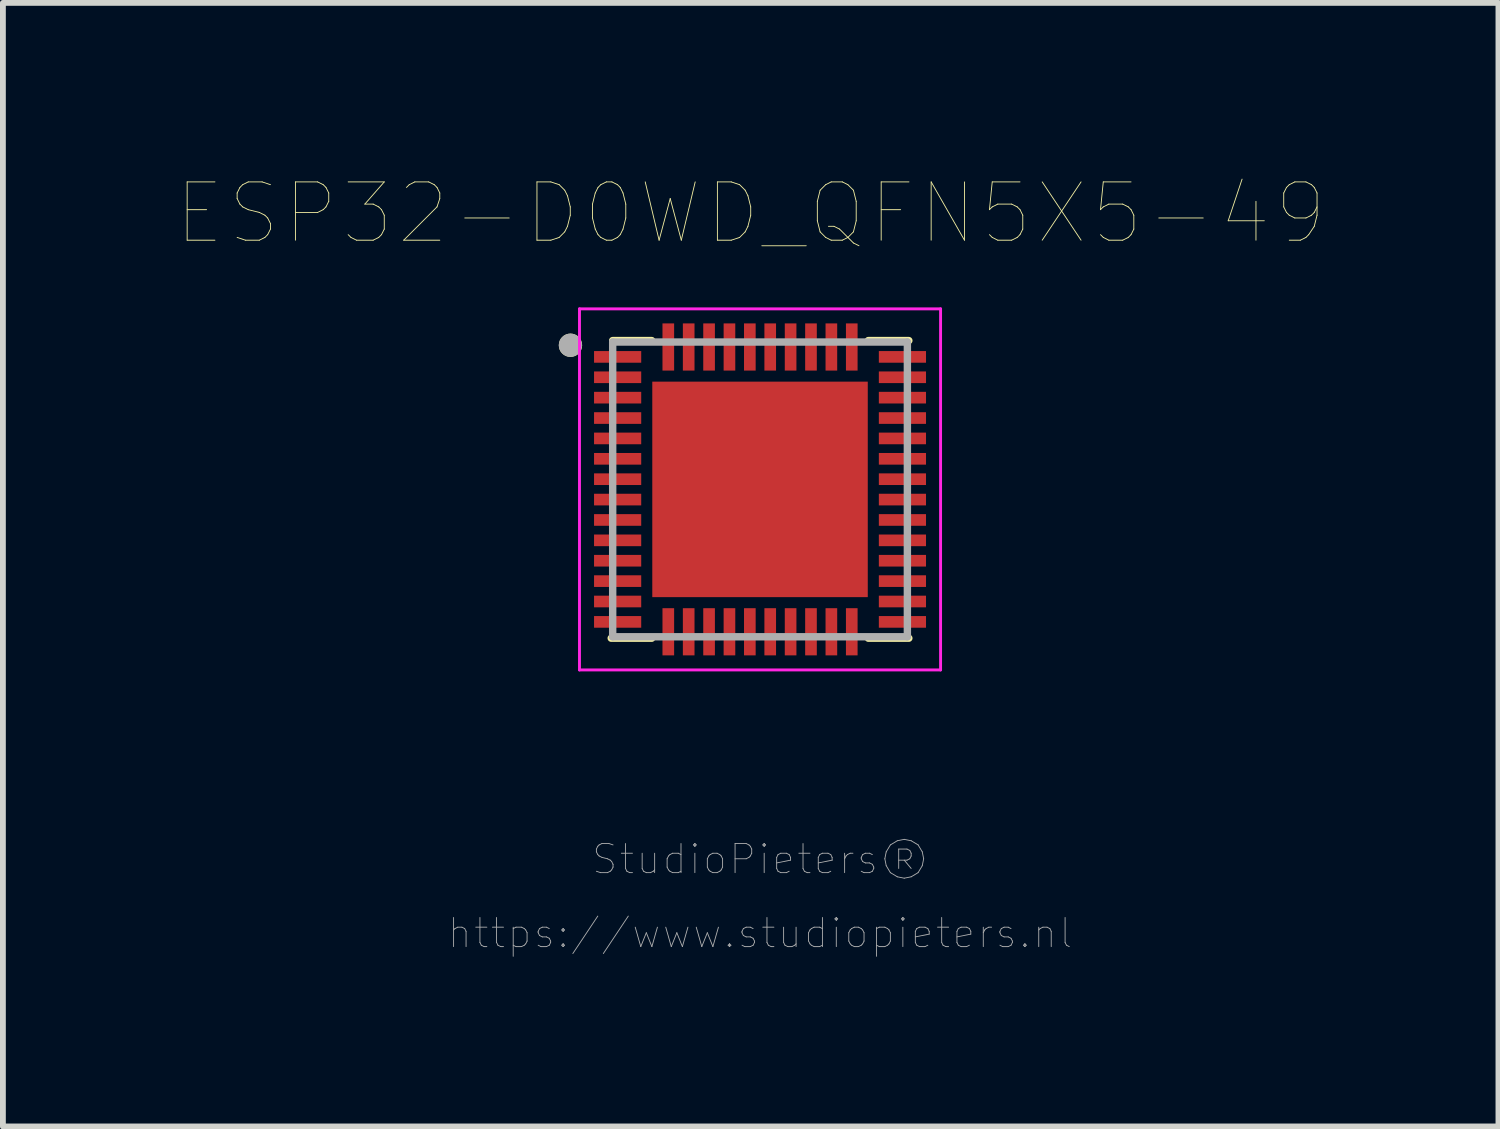
<source format=kicad_pcb>
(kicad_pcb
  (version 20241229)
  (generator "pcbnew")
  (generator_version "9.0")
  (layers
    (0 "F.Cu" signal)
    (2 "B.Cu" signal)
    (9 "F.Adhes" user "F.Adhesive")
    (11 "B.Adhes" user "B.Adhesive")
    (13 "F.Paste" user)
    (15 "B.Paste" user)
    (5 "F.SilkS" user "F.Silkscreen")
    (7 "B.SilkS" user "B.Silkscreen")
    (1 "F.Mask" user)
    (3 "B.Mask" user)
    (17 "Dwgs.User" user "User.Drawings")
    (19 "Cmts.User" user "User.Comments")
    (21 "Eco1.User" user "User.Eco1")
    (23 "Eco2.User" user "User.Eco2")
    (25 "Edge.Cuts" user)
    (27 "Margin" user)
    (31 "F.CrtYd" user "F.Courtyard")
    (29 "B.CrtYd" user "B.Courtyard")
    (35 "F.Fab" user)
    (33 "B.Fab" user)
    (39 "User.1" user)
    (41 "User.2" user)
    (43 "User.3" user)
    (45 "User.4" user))
  (footprint "ESP32-D0WD_QFN5X5-49"
    (layer "F.Cu")
    (at 10 5.353)
    (property "Reference" "ESP32-D0WD_QFN5X5-49" (at -0.16 -4.741 0) (layer "F.SilkS") (effects (font (size 1.001 1.001) (thickness 0.015))))
    (attr through_hole)
    (fp_line (start -2.555 2.555) (end -1.86 2.555) (stroke (width 0.127) (type solid)) (layer "F.SilkS"))
    (fp_line (start -2.53 -2.555) (end -1.86 -2.555) (stroke (width 0.127) (type solid)) (layer "F.SilkS"))
    (fp_line (start 2.555 -2.555) (end 1.86 -2.555) (stroke (width 0.127) (type solid)) (layer "F.SilkS"))
    (fp_line (start 2.555 2.555) (end 1.86 2.555) (stroke (width 0.127) (type solid)) (layer "F.SilkS"))
    (fp_circle (center -3.255 -2.475) (end -3.155 -2.475) (stroke (width 0.2) (type solid)) (fill no) (layer "F.SilkS"))
    (fp_poly (pts (xy -1.398 -1.395) (xy -0.225 -1.395) (xy -0.225 -0.225) (xy -1.398 -0.225)) (stroke (width 0.01) (type solid)) (fill yes) (layer "F.Paste"))
    (fp_poly (pts (xy -1.395 0.225) (xy -0.225 0.225) (xy -0.225 1.395) (xy -1.395 1.395)) (stroke (width 0.01) (type solid)) (fill yes) (layer "F.Paste"))
    (fp_poly (pts (xy 0.225 0.225) (xy 1.395 0.225) (xy 1.395 1.397) (xy 0.225 1.397)) (stroke (width 0.01) (type solid)) (fill yes) (layer "F.Paste"))
    (fp_poly (pts (xy 0.225 -1.395) (xy 1.395 -1.395) (xy 1.395 -0.225) (xy 0.225 -0.225)) (stroke (width 0.01) (type solid)) (fill yes) (layer "F.Paste"))
    (fp_line (start -3.1 -3.1) (end 3.1 -3.1) (stroke (width 0.05) (type solid)) (layer "F.CrtYd"))
    (fp_line (start -3.1 3.1) (end -3.1 -3.1) (stroke (width 0.05) (type solid)) (layer "F.CrtYd"))
    (fp_line (start -3.1 3.1) (end 3.1 3.1) (stroke (width 0.05) (type solid)) (layer "F.CrtYd"))
    (fp_line (start 3.1 3.1) (end 3.1 -3.1) (stroke (width 0.05) (type solid)) (layer "F.CrtYd"))
    (fp_line (start -2.53 2.53) (end -2.53 -2.53) (stroke (width 0.127) (type solid)) (layer "F.Fab"))
    (fp_line (start 2.53 -2.53) (end -2.53 -2.53) (stroke (width 0.127) (type solid)) (layer "F.Fab"))
    (fp_line (start 2.53 2.53) (end -2.53 2.53) (stroke (width 0.127) (type solid)) (layer "F.Fab"))
    (fp_line (start 2.53 2.53) (end 2.53 -2.53) (stroke (width 0.127) (type solid)) (layer "F.Fab"))
    (fp_circle (center -3.255 -2.475) (end -3.155 -2.475) (stroke (width 0.2) (type solid)) (fill no) (layer "F.Fab"))
    (fp_text user "https://www.studiopieters.nl" (at 0 7.62 0) (layer "F.Fab") (effects (font (size 0.5 0.5) (thickness 0.015))))
    (fp_text user "StudioPieters®" (at 0 6.35 0) (layer "F.Fab") (effects (font (size 0.5 0.5) (thickness 0.015))))
    (pad "1" smd rect (at -2.445 -2.275) (size 0.81 0.2) (layers "F.Cu" "F.Mask" "F.Paste"))
    (pad "2" smd rect (at -2.445 -1.925) (size 0.81 0.2) (layers "F.Cu" "F.Mask" "F.Paste"))
    (pad "3" smd rect (at -2.445 -1.575) (size 0.81 0.2) (layers "F.Cu" "F.Mask" "F.Paste"))
    (pad "4" smd rect (at -2.445 -1.225) (size 0.81 0.2) (layers "F.Cu" "F.Mask" "F.Paste"))
    (pad "5" smd rect (at -2.445 -0.875) (size 0.81 0.2) (layers "F.Cu" "F.Mask" "F.Paste"))
    (pad "6" smd rect (at -2.445 -0.525) (size 0.81 0.2) (layers "F.Cu" "F.Mask" "F.Paste"))
    (pad "7" smd rect (at -2.445 -0.175) (size 0.81 0.2) (layers "F.Cu" "F.Mask" "F.Paste"))
    (pad "8" smd rect (at -2.445 0.175) (size 0.81 0.2) (layers "F.Cu" "F.Mask" "F.Paste"))
    (pad "9" smd rect (at -2.445 0.525) (size 0.81 0.2) (layers "F.Cu" "F.Mask" "F.Paste"))
    (pad "10" smd rect (at -2.445 0.875) (size 0.81 0.2) (layers "F.Cu" "F.Mask" "F.Paste"))
    (pad "11" smd rect (at -2.445 1.225) (size 0.81 0.2) (layers "F.Cu" "F.Mask" "F.Paste"))
    (pad "12" smd rect (at -2.445 1.575) (size 0.81 0.2) (layers "F.Cu" "F.Mask" "F.Paste"))
    (pad "13" smd rect (at -2.445 1.925) (size 0.81 0.2) (layers "F.Cu" "F.Mask" "F.Paste"))
    (pad "14" smd rect (at -2.445 2.275) (size 0.81 0.2) (layers "F.Cu" "F.Mask" "F.Paste"))
    (pad "15" smd rect (at -1.575 2.445) (size 0.2 0.81) (layers "F.Cu" "F.Mask" "F.Paste"))
    (pad "16" smd rect (at -1.225 2.445) (size 0.2 0.81) (layers "F.Cu" "F.Mask" "F.Paste"))
    (pad "17" smd rect (at -0.875 2.445) (size 0.2 0.81) (layers "F.Cu" "F.Mask" "F.Paste"))
    (pad "18" smd rect (at -0.525 2.445) (size 0.2 0.81) (layers "F.Cu" "F.Mask" "F.Paste"))
    (pad "19" smd rect (at -0.175 2.445) (size 0.2 0.81) (layers "F.Cu" "F.Mask" "F.Paste"))
    (pad "20" smd rect (at 0.175 2.445) (size 0.2 0.81) (layers "F.Cu" "F.Mask" "F.Paste"))
    (pad "21" smd rect (at 0.525 2.445) (size 0.2 0.81) (layers "F.Cu" "F.Mask" "F.Paste"))
    (pad "22" smd rect (at 0.875 2.445) (size 0.2 0.81) (layers "F.Cu" "F.Mask" "F.Paste"))
    (pad "23" smd rect (at 1.225 2.445) (size 0.2 0.81) (layers "F.Cu" "F.Mask" "F.Paste"))
    (pad "24" smd rect (at 1.575 2.445) (size 0.2 0.81) (layers "F.Cu" "F.Mask" "F.Paste"))
    (pad "25" smd rect (at 2.445 2.275) (size 0.81 0.2) (layers "F.Cu" "F.Mask" "F.Paste"))
    (pad "26" smd rect (at 2.445 1.925) (size 0.81 0.2) (layers "F.Cu" "F.Mask" "F.Paste"))
    (pad "27" smd rect (at 2.445 1.575) (size 0.81 0.2) (layers "F.Cu" "F.Mask" "F.Paste"))
    (pad "28" smd rect (at 2.445 1.225) (size 0.81 0.2) (layers "F.Cu" "F.Mask" "F.Paste"))
    (pad "29" smd rect (at 2.445 0.875) (size 0.81 0.2) (layers "F.Cu" "F.Mask" "F.Paste"))
    (pad "30" smd rect (at 2.445 0.525) (size 0.81 0.2) (layers "F.Cu" "F.Mask" "F.Paste"))
    (pad "31" smd rect (at 2.445 0.175) (size 0.81 0.2) (layers "F.Cu" "F.Mask" "F.Paste"))
    (pad "32" smd rect (at 2.445 -0.175) (size 0.81 0.2) (layers "F.Cu" "F.Mask" "F.Paste"))
    (pad "33" smd rect (at 2.445 -0.525) (size 0.81 0.2) (layers "F.Cu" "F.Mask" "F.Paste"))
    (pad "34" smd rect (at 2.445 -0.875) (size 0.81 0.2) (layers "F.Cu" "F.Mask" "F.Paste"))
    (pad "35" smd rect (at 2.445 -1.225) (size 0.81 0.2) (layers "F.Cu" "F.Mask" "F.Paste"))
    (pad "36" smd rect (at 2.445 -1.575) (size 0.81 0.2) (layers "F.Cu" "F.Mask" "F.Paste"))
    (pad "37" smd rect (at 2.445 -1.925) (size 0.81 0.2) (layers "F.Cu" "F.Mask" "F.Paste"))
    (pad "38" smd rect (at 2.445 -2.275) (size 0.81 0.2) (layers "F.Cu" "F.Mask" "F.Paste"))
    (pad "39" smd rect (at 1.575 -2.445) (size 0.2 0.81) (layers "F.Cu" "F.Mask" "F.Paste"))
    (pad "40" smd rect (at 1.225 -2.445) (size 0.2 0.81) (layers "F.Cu" "F.Mask" "F.Paste"))
    (pad "41" smd rect (at 0.875 -2.445) (size 0.2 0.81) (layers "F.Cu" "F.Mask" "F.Paste"))
    (pad "42" smd rect (at 0.525 -2.445) (size 0.2 0.81) (layers "F.Cu" "F.Mask" "F.Paste"))
    (pad "43" smd rect (at 0.175 -2.445) (size 0.2 0.81) (layers "F.Cu" "F.Mask" "F.Paste"))
    (pad "44" smd rect (at -0.175 -2.445) (size 0.2 0.81) (layers "F.Cu" "F.Mask" "F.Paste"))
    (pad "45" smd rect (at -0.525 -2.445) (size 0.2 0.81) (layers "F.Cu" "F.Mask" "F.Paste"))
    (pad "46" smd rect (at -0.875 -2.445) (size 0.2 0.81) (layers "F.Cu" "F.Mask" "F.Paste"))
    (pad "47" smd rect (at -1.225 -2.445) (size 0.2 0.81) (layers "F.Cu" "F.Mask" "F.Paste"))
    (pad "48" smd rect (at -1.575 -2.445) (size 0.2 0.81) (layers "F.Cu" "F.Mask" "F.Paste"))
    (pad "49" smd rect (at 0 0) (size 3.7 3.7) (layers "F.Cu" "F.Mask")))
  (gr_rect
    (start -3 -3)
    (end 22.679 16.292)
    (stroke (width 0.1) (type default))
    (fill no)
    (layer "Edge.Cuts")))
</source>
